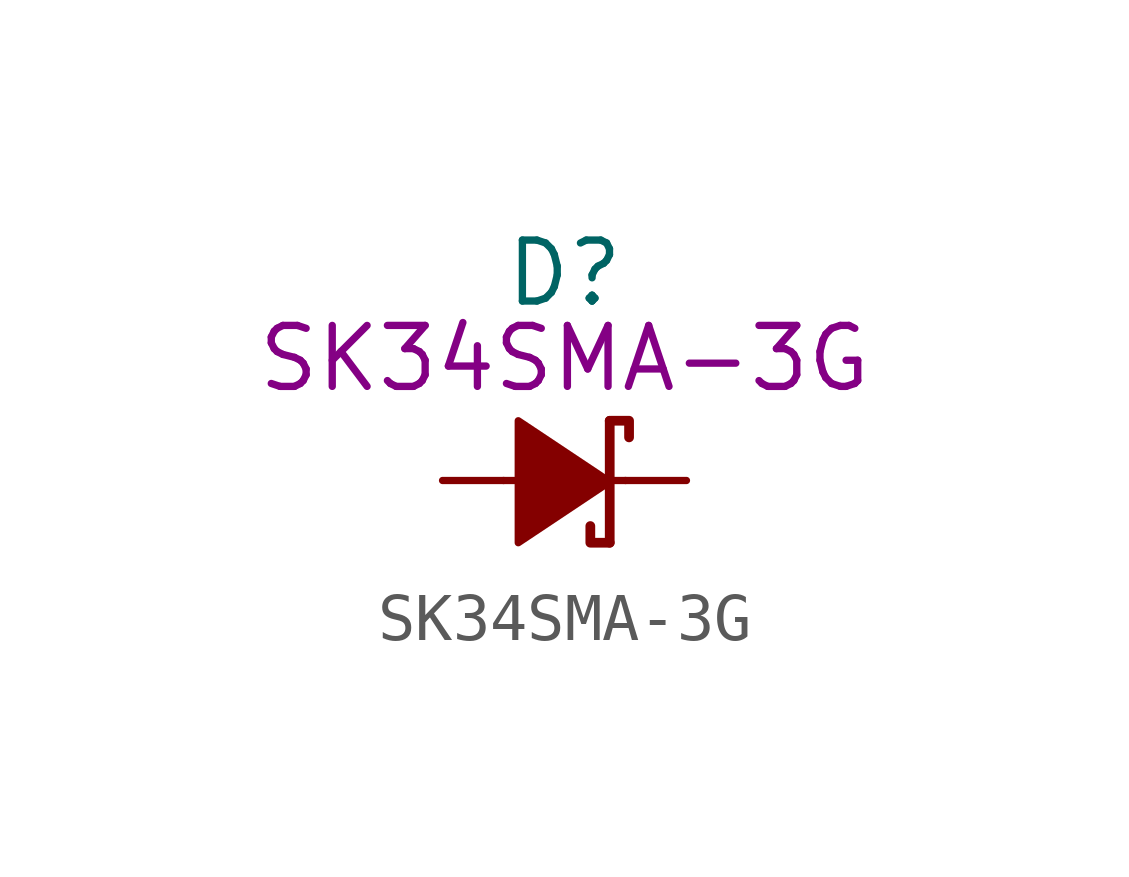
<source format=kicad_sym>
(kicad_symbol_lib
  (version 20231120)
  (generator "kicad_symbol_editor")
  (generator_version "8.0")
  (symbol "SK34SMA-3G"
    (pin_numbers hide)
    (property "Reference" "D"
      (at 2.54 4.318 0)
      (effects (font (size 1.27 1.27))))
    (property "Value" ""
      (at 1.27 3.81 0)
      (effects (font (size 1.27 1.27))))
    (property "MPN" "SK34SMA-3G"
      (at 2.54 2.54 0)
      (effects (font (size 1.27 1.27))))
    (symbol "SK34SMA-3G_0_1"
      (polyline (pts (xy 1.27 0) (xy 3.81 0)) (stroke (width 0) (type default)) (fill (type none)))
      (polyline (pts (xy 3.482 -1.296) (xy 3.482 1.244)) (stroke (width 0.203) (type default)) (fill (type none)))
      (polyline (pts (xy 3.482 -1.296) (xy 3.078 -1.296) (xy 3.078 -0.949)) (stroke (width 0.203) (type default)) (fill (type none)))
      (polyline (pts (xy 3.482 1.244) (xy 3.885 1.245) (xy 3.885 0.898)) (stroke (width 0.203) (type default)) (fill (type none)))
      (polyline (pts (xy 1.577 1.244) (xy 1.577 -1.296) (xy 3.482 -0.026) (xy 1.577 1.244)) (stroke (width 0) (type default)) (fill (type outline))))
    (symbol "SK34SMA-3G_1_1"
      (pin passive line (at 5.08 0 180) (length 1.27) (name "" (effects (font (size 1.27 1.27)))) (number "1" (effects (font (size 1.27 1.27)))))
      (pin passive line (at 0 0 0) (length 1.27) (name "" (effects (font (size 1.27 1.27)))) (number "2" (effects (font (size 1.27 1.27))))))))
</source>
